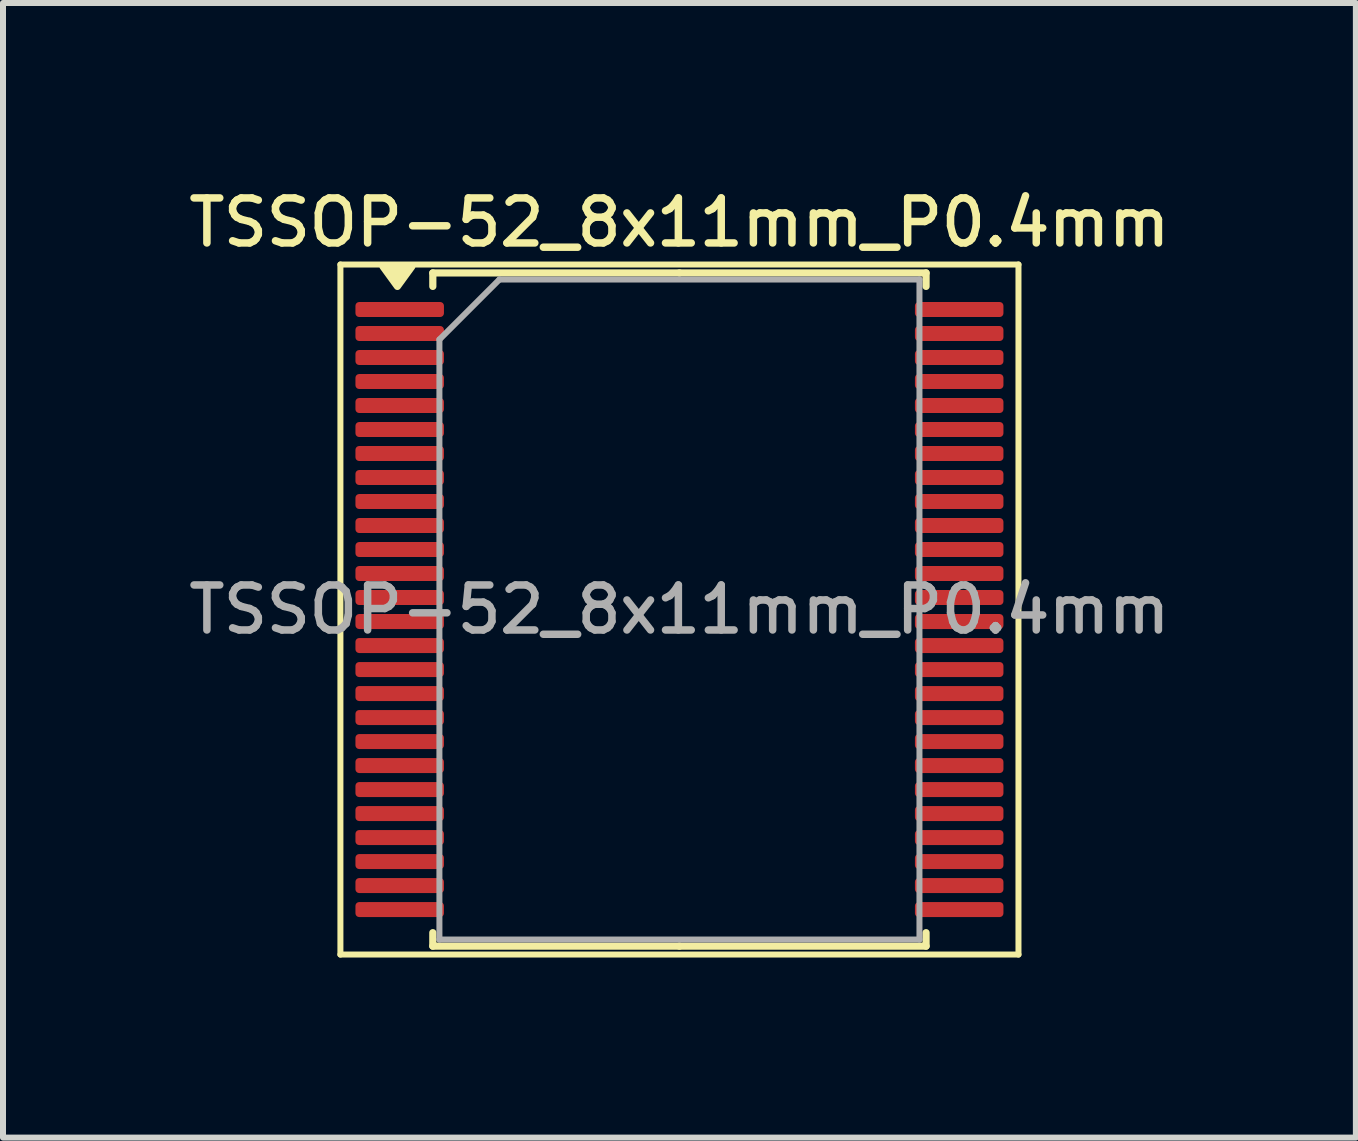
<source format=kicad_pcb>
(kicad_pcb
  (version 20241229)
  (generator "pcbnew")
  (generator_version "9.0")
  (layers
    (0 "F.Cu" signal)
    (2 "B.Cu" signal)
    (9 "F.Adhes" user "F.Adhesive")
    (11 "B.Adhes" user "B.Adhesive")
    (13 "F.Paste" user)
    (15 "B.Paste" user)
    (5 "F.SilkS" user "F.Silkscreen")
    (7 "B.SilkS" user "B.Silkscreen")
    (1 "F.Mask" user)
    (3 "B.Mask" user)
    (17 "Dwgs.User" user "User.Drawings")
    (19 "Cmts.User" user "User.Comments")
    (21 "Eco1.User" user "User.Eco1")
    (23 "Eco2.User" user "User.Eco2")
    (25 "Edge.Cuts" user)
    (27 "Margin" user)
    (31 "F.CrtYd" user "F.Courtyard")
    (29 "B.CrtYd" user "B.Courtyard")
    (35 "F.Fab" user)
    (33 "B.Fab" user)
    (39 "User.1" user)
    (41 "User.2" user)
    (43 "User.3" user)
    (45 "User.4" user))
  (footprint "TSSOP-52_8x11mm_P0.4mm"
    (layer "F.Cu")
    (at 8.273 7.108)
    (property "Reference" "TSSOP-52_8x11mm_P0.4mm" (at 0 -6.45 0) (layer "F.SilkS") (effects (font (size 0.75 0.75) (thickness 0.125))))
    (attr smd)
    (fp_line (start -5.65 -5.75) (end -5.65 5.75) (stroke (width 0.1) (type solid)) (layer "F.SilkS"))
    (fp_line (start -5.65 5.75) (end 5.65 5.75) (stroke (width 0.1) (type solid)) (layer "F.SilkS"))
    (fp_line (start -4.11 -5.61) (end -4.11 -5.385) (stroke (width 0.12) (type solid)) (layer "F.SilkS"))
    (fp_line (start -4.11 5.61) (end -4.11 5.385) (stroke (width 0.12) (type solid)) (layer "F.SilkS"))
    (fp_line (start 0 -5.61) (end -4.11 -5.61) (stroke (width 0.12) (type solid)) (layer "F.SilkS"))
    (fp_line (start 0 -5.61) (end 4.11 -5.61) (stroke (width 0.12) (type solid)) (layer "F.SilkS"))
    (fp_line (start 0 5.61) (end -4.11 5.61) (stroke (width 0.12) (type solid)) (layer "F.SilkS"))
    (fp_line (start 0 5.61) (end 4.11 5.61) (stroke (width 0.12) (type solid)) (layer "F.SilkS"))
    (fp_line (start 4.11 -5.61) (end 4.11 -5.385) (stroke (width 0.12) (type solid)) (layer "F.SilkS"))
    (fp_line (start 4.11 5.61) (end 4.11 5.385) (stroke (width 0.12) (type solid)) (layer "F.SilkS"))
    (fp_line (start 5.65 -5.75) (end -5.65 -5.75) (stroke (width 0.1) (type solid)) (layer "F.SilkS"))
    (fp_line (start 5.65 5.75) (end 5.65 -5.75) (stroke (width 0.1) (type solid)) (layer "F.SilkS"))
    (fp_poly (pts (xy -4.7 -5.385) (xy -4.94 -5.715) (xy -4.46 -5.715) (xy -4.7 -5.385)) (stroke (width 0.12) (type solid)) (fill yes) (layer "F.SilkS"))
    (fp_line (start -4 -4.5) (end -3 -5.5) (stroke (width 0.1) (type solid)) (layer "F.Fab"))
    (fp_line (start -4 5.5) (end -4 -4.5) (stroke (width 0.1) (type solid)) (layer "F.Fab"))
    (fp_line (start -3 -5.5) (end 4 -5.5) (stroke (width 0.1) (type solid)) (layer "F.Fab"))
    (fp_line (start 4 -5.5) (end 4 5.5) (stroke (width 0.1) (type solid)) (layer "F.Fab"))
    (fp_line (start 4 5.5) (end -4 5.5) (stroke (width 0.1) (type solid)) (layer "F.Fab"))
    (fp_text user "${REFERENCE}" (at 0 0 0) (layer "F.Fab") (effects (font (size 0.75 0.75) (thickness 0.125))))
    (pad "1" smd roundrect (at -4.662 -5) (size 1.475 0.25) (layers "F.Cu" "F.Mask" "F.Paste") (roundrect_rratio 0.25))
    (pad "2" smd roundrect (at -4.662 -4.6) (size 1.475 0.25) (layers "F.Cu" "F.Mask" "F.Paste") (roundrect_rratio 0.25))
    (pad "3" smd roundrect (at -4.662 -4.2) (size 1.475 0.25) (layers "F.Cu" "F.Mask" "F.Paste") (roundrect_rratio 0.25))
    (pad "4" smd roundrect (at -4.662 -3.8) (size 1.475 0.25) (layers "F.Cu" "F.Mask" "F.Paste") (roundrect_rratio 0.25))
    (pad "5" smd roundrect (at -4.662 -3.4) (size 1.475 0.25) (layers "F.Cu" "F.Mask" "F.Paste") (roundrect_rratio 0.25))
    (pad "6" smd roundrect (at -4.662 -3) (size 1.475 0.25) (layers "F.Cu" "F.Mask" "F.Paste") (roundrect_rratio 0.25))
    (pad "7" smd roundrect (at -4.662 -2.6) (size 1.475 0.25) (layers "F.Cu" "F.Mask" "F.Paste") (roundrect_rratio 0.25))
    (pad "8" smd roundrect (at -4.662 -2.2) (size 1.475 0.25) (layers "F.Cu" "F.Mask" "F.Paste") (roundrect_rratio 0.25))
    (pad "9" smd roundrect (at -4.662 -1.8) (size 1.475 0.25) (layers "F.Cu" "F.Mask" "F.Paste") (roundrect_rratio 0.25))
    (pad "10" smd roundrect (at -4.662 -1.4) (size 1.475 0.25) (layers "F.Cu" "F.Mask" "F.Paste") (roundrect_rratio 0.25))
    (pad "11" smd roundrect (at -4.662 -1) (size 1.475 0.25) (layers "F.Cu" "F.Mask" "F.Paste") (roundrect_rratio 0.25))
    (pad "12" smd roundrect (at -4.662 -0.6) (size 1.475 0.25) (layers "F.Cu" "F.Mask" "F.Paste") (roundrect_rratio 0.25))
    (pad "13" smd roundrect (at -4.662 -0.2) (size 1.475 0.25) (layers "F.Cu" "F.Mask" "F.Paste") (roundrect_rratio 0.25))
    (pad "14" smd roundrect (at -4.662 0.2) (size 1.475 0.25) (layers "F.Cu" "F.Mask" "F.Paste") (roundrect_rratio 0.25))
    (pad "15" smd roundrect (at -4.662 0.6) (size 1.475 0.25) (layers "F.Cu" "F.Mask" "F.Paste") (roundrect_rratio 0.25))
    (pad "16" smd roundrect (at -4.662 1) (size 1.475 0.25) (layers "F.Cu" "F.Mask" "F.Paste") (roundrect_rratio 0.25))
    (pad "17" smd roundrect (at -4.662 1.4) (size 1.475 0.25) (layers "F.Cu" "F.Mask" "F.Paste") (roundrect_rratio 0.25))
    (pad "18" smd roundrect (at -4.662 1.8) (size 1.475 0.25) (layers "F.Cu" "F.Mask" "F.Paste") (roundrect_rratio 0.25))
    (pad "19" smd roundrect (at -4.662 2.2) (size 1.475 0.25) (layers "F.Cu" "F.Mask" "F.Paste") (roundrect_rratio 0.25))
    (pad "20" smd roundrect (at -4.662 2.6) (size 1.475 0.25) (layers "F.Cu" "F.Mask" "F.Paste") (roundrect_rratio 0.25))
    (pad "21" smd roundrect (at -4.662 3) (size 1.475 0.25) (layers "F.Cu" "F.Mask" "F.Paste") (roundrect_rratio 0.25))
    (pad "22" smd roundrect (at -4.662 3.4) (size 1.475 0.25) (layers "F.Cu" "F.Mask" "F.Paste") (roundrect_rratio 0.25))
    (pad "23" smd roundrect (at -4.662 3.8) (size 1.475 0.25) (layers "F.Cu" "F.Mask" "F.Paste") (roundrect_rratio 0.25))
    (pad "24" smd roundrect (at -4.662 4.2) (size 1.475 0.25) (layers "F.Cu" "F.Mask" "F.Paste") (roundrect_rratio 0.25))
    (pad "25" smd roundrect (at -4.662 4.6) (size 1.475 0.25) (layers "F.Cu" "F.Mask" "F.Paste") (roundrect_rratio 0.25))
    (pad "26" smd roundrect (at -4.662 5) (size 1.475 0.25) (layers "F.Cu" "F.Mask" "F.Paste") (roundrect_rratio 0.25))
    (pad "27" smd roundrect (at 4.662 5) (size 1.475 0.25) (layers "F.Cu" "F.Mask" "F.Paste") (roundrect_rratio 0.25))
    (pad "28" smd roundrect (at 4.662 4.6) (size 1.475 0.25) (layers "F.Cu" "F.Mask" "F.Paste") (roundrect_rratio 0.25))
    (pad "29" smd roundrect (at 4.662 4.2) (size 1.475 0.25) (layers "F.Cu" "F.Mask" "F.Paste") (roundrect_rratio 0.25))
    (pad "30" smd roundrect (at 4.662 3.8) (size 1.475 0.25) (layers "F.Cu" "F.Mask" "F.Paste") (roundrect_rratio 0.25))
    (pad "31" smd roundrect (at 4.662 3.4) (size 1.475 0.25) (layers "F.Cu" "F.Mask" "F.Paste") (roundrect_rratio 0.25))
    (pad "32" smd roundrect (at 4.662 3) (size 1.475 0.25) (layers "F.Cu" "F.Mask" "F.Paste") (roundrect_rratio 0.25))
    (pad "33" smd roundrect (at 4.662 2.6) (size 1.475 0.25) (layers "F.Cu" "F.Mask" "F.Paste") (roundrect_rratio 0.25))
    (pad "34" smd roundrect (at 4.662 2.2) (size 1.475 0.25) (layers "F.Cu" "F.Mask" "F.Paste") (roundrect_rratio 0.25))
    (pad "35" smd roundrect (at 4.662 1.8) (size 1.475 0.25) (layers "F.Cu" "F.Mask" "F.Paste") (roundrect_rratio 0.25))
    (pad "36" smd roundrect (at 4.662 1.4) (size 1.475 0.25) (layers "F.Cu" "F.Mask" "F.Paste") (roundrect_rratio 0.25))
    (pad "37" smd roundrect (at 4.662 1) (size 1.475 0.25) (layers "F.Cu" "F.Mask" "F.Paste") (roundrect_rratio 0.25))
    (pad "38" smd roundrect (at 4.662 0.6) (size 1.475 0.25) (layers "F.Cu" "F.Mask" "F.Paste") (roundrect_rratio 0.25))
    (pad "39" smd roundrect (at 4.662 0.2) (size 1.475 0.25) (layers "F.Cu" "F.Mask" "F.Paste") (roundrect_rratio 0.25))
    (pad "40" smd roundrect (at 4.662 -0.2) (size 1.475 0.25) (layers "F.Cu" "F.Mask" "F.Paste") (roundrect_rratio 0.25))
    (pad "41" smd roundrect (at 4.662 -0.6) (size 1.475 0.25) (layers "F.Cu" "F.Mask" "F.Paste") (roundrect_rratio 0.25))
    (pad "42" smd roundrect (at 4.662 -1) (size 1.475 0.25) (layers "F.Cu" "F.Mask" "F.Paste") (roundrect_rratio 0.25))
    (pad "43" smd roundrect (at 4.662 -1.4) (size 1.475 0.25) (layers "F.Cu" "F.Mask" "F.Paste") (roundrect_rratio 0.25))
    (pad "44" smd roundrect (at 4.662 -1.8) (size 1.475 0.25) (layers "F.Cu" "F.Mask" "F.Paste") (roundrect_rratio 0.25))
    (pad "45" smd roundrect (at 4.662 -2.2) (size 1.475 0.25) (layers "F.Cu" "F.Mask" "F.Paste") (roundrect_rratio 0.25))
    (pad "46" smd roundrect (at 4.662 -2.6) (size 1.475 0.25) (layers "F.Cu" "F.Mask" "F.Paste") (roundrect_rratio 0.25))
    (pad "47" smd roundrect (at 4.662 -3) (size 1.475 0.25) (layers "F.Cu" "F.Mask" "F.Paste") (roundrect_rratio 0.25))
    (pad "48" smd roundrect (at 4.662 -3.4) (size 1.475 0.25) (layers "F.Cu" "F.Mask" "F.Paste") (roundrect_rratio 0.25))
    (pad "49" smd roundrect (at 4.662 -3.8) (size 1.475 0.25) (layers "F.Cu" "F.Mask" "F.Paste") (roundrect_rratio 0.25))
    (pad "50" smd roundrect (at 4.662 -4.2) (size 1.475 0.25) (layers "F.Cu" "F.Mask" "F.Paste") (roundrect_rratio 0.25))
    (pad "51" smd roundrect (at 4.662 -4.6) (size 1.475 0.25) (layers "F.Cu" "F.Mask" "F.Paste") (roundrect_rratio 0.25))
    (pad "52" smd roundrect (at 4.662 -5) (size 1.475 0.25) (layers "F.Cu" "F.Mask" "F.Paste") (roundrect_rratio 0.25)))
  (gr_rect
    (start -3 -3)
    (end 19.546 15.908)
    (stroke (width 0.1) (type default))
    (fill no)
    (layer "Edge.Cuts")))
</source>
